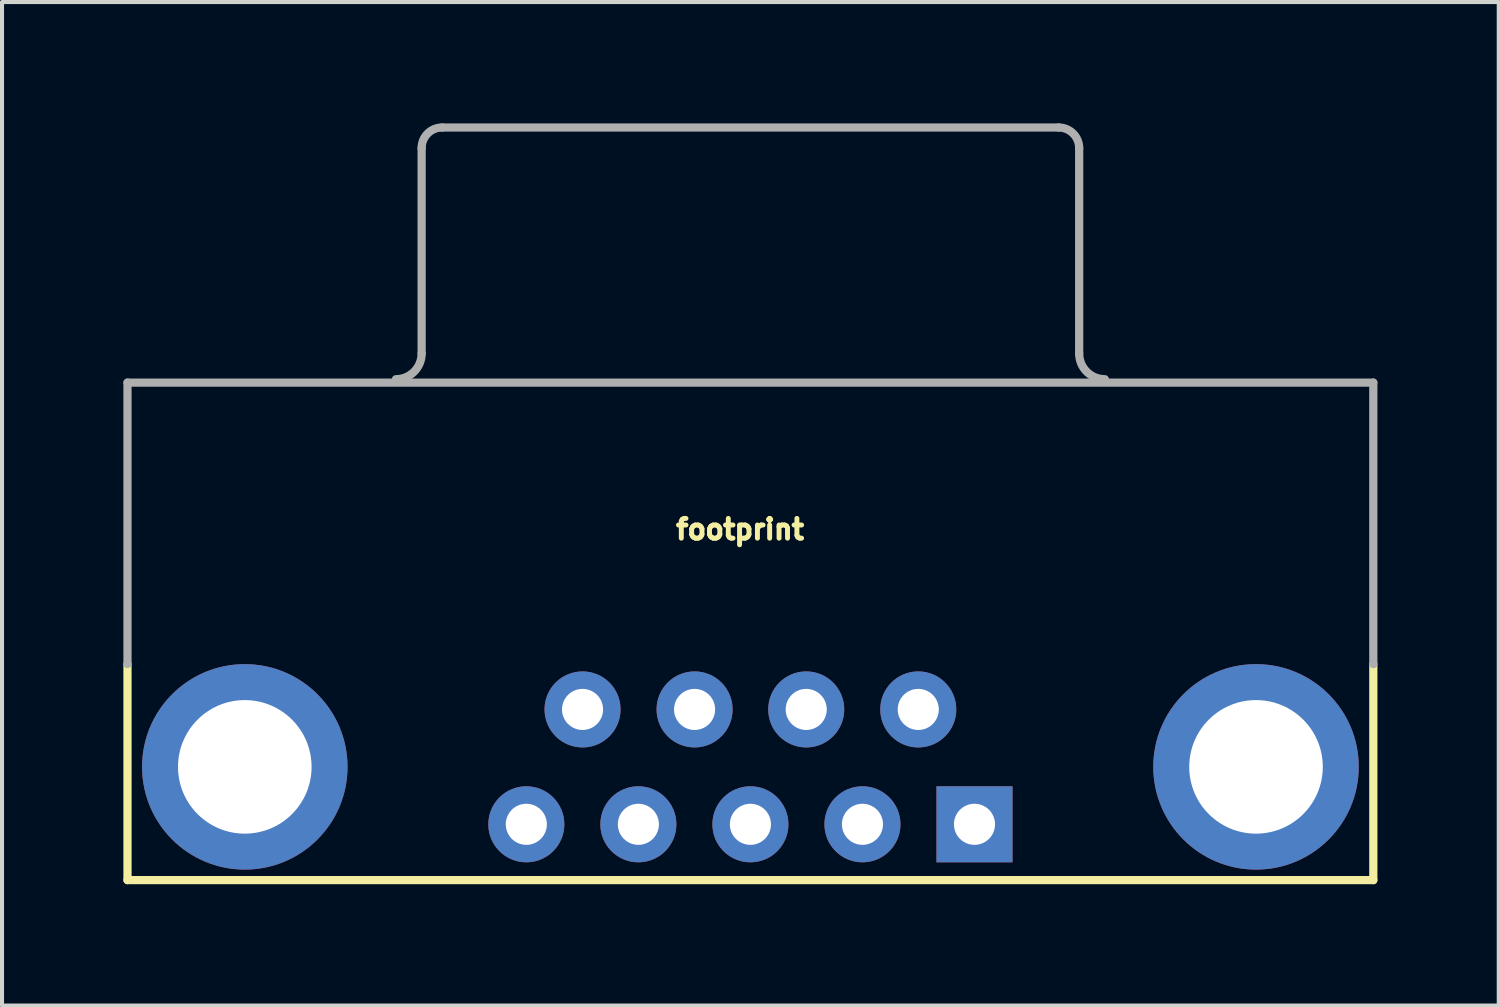
<source format=kicad_pcb>
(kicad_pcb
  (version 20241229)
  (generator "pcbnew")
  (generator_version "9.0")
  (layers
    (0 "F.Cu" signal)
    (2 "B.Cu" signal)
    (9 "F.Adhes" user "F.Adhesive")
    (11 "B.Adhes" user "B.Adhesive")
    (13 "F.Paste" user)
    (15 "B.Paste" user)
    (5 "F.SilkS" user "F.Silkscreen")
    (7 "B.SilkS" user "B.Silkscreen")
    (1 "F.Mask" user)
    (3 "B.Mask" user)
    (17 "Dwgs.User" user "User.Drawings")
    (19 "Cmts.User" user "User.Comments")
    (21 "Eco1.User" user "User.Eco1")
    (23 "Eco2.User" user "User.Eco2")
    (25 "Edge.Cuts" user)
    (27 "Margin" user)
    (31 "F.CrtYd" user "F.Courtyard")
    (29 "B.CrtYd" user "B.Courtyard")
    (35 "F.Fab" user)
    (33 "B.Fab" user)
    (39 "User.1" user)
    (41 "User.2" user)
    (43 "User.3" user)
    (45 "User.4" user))
  (footprint "footprint"
    (layer "F.Cu")
    (at 15.502 15.909)
    (property "Reference" "footprint" (at -1.905 -5.588 0) (layer "F.SilkS") (effects (font (size 0.488 0.488) (thickness 0.122)) (justify left bottom)))
    (fp_line (start -15.4 2.8) (end -15.4 -2.54) (stroke (width 0.203) (type solid)) (layer "F.SilkS"))
    (fp_line (start -15.4 2.8) (end 15.4 2.8) (stroke (width 0.203) (type solid)) (layer "F.SilkS"))
    (fp_line (start 15.4 2.8) (end 15.4 -2.54) (stroke (width 0.203) (type solid)) (layer "F.SilkS"))
    (fp_line (start -15.4 -9.5) (end 15.4 -9.5) (stroke (width 0.203) (type solid)) (layer "F.Fab"))
    (fp_line (start -15.4 -2.543) (end -15.4 -9.5) (stroke (width 0.203) (type solid)) (layer "F.Fab"))
    (fp_line (start -8.128 -10.219) (end -8.128 -15.299) (stroke (width 0.203) (type solid)) (layer "F.Fab"))
    (fp_line (start -7.62 -15.807) (end 7.62 -15.807) (stroke (width 0.203) (type solid)) (layer "F.Fab"))
    (fp_line (start 8.128 -10.219) (end 8.128 -15.299) (stroke (width 0.203) (type solid)) (layer "F.Fab"))
    (fp_line (start 15.4 -2.54) (end 15.4 -9.5) (stroke (width 0.203) (type solid)) (layer "F.Fab"))
    (fp_arc (start -8.128 -15.299) (mid -7.97921 -15.65821) (end -7.62 -15.807) (stroke (width 0.2032) (type solid)) (layer "F.Fab"))
    (fp_arc (start -8.128 -10.219) (mid -8.313987 -9.769987) (end -8.763 -9.584) (stroke (width 0.2032) (type solid)) (layer "F.Fab"))
    (fp_arc (start 7.62 -15.807) (mid 7.97921 -15.65821) (end 8.128 -15.299) (stroke (width 0.2032) (type solid)) (layer "F.Fab"))
    (fp_arc (start 8.763 -9.584) (mid 8.313987 -9.769987) (end 8.128 -10.219) (stroke (width 0.2032) (type solid)) (layer "F.Fab"))
    (pad "1" thru_hole rect (at 5.54 1.42) (size 1.88 1.88) (drill 1.016) (layers "*.Cu" "*.Mask"))
    (pad "2" thru_hole circle (at 2.77 1.42) (size 1.88 1.88) (drill 1.016) (layers "*.Cu" "*.Mask"))
    (pad "3" thru_hole circle (at 0 1.42) (size 1.88 1.88) (drill 1.016) (layers "*.Cu" "*.Mask"))
    (pad "4" thru_hole circle (at -2.77 1.42) (size 1.88 1.88) (drill 1.016) (layers "*.Cu" "*.Mask"))
    (pad "5" thru_hole circle (at -5.54 1.42) (size 1.88 1.88) (drill 1.016) (layers "*.Cu" "*.Mask"))
    (pad "6" thru_hole circle (at 4.15 -1.42) (size 1.88 1.88) (drill 1.016) (layers "*.Cu" "*.Mask"))
    (pad "7" thru_hole circle (at 1.38 -1.42) (size 1.88 1.88) (drill 1.016) (layers "*.Cu" "*.Mask"))
    (pad "8" thru_hole circle (at -1.38 -1.42) (size 1.88 1.88) (drill 1.016) (layers "*.Cu" "*.Mask"))
    (pad "9" thru_hole circle (at -4.15 -1.42) (size 1.88 1.88) (drill 1.016) (layers "*.Cu" "*.Mask"))
    (pad "G1" thru_hole circle (at -12.5 0) (size 5.08 5.08) (drill 3.302) (layers "*.Cu" "*.Mask"))
    (pad "G2" thru_hole circle (at 12.5 0) (size 5.08 5.08) (drill 3.302) (layers "*.Cu" "*.Mask")))
  (gr_rect
    (start -3 -3)
    (end 34.003 21.81)
    (stroke (width 0.1) (type default))
    (fill no)
    (layer "Edge.Cuts")))
</source>
